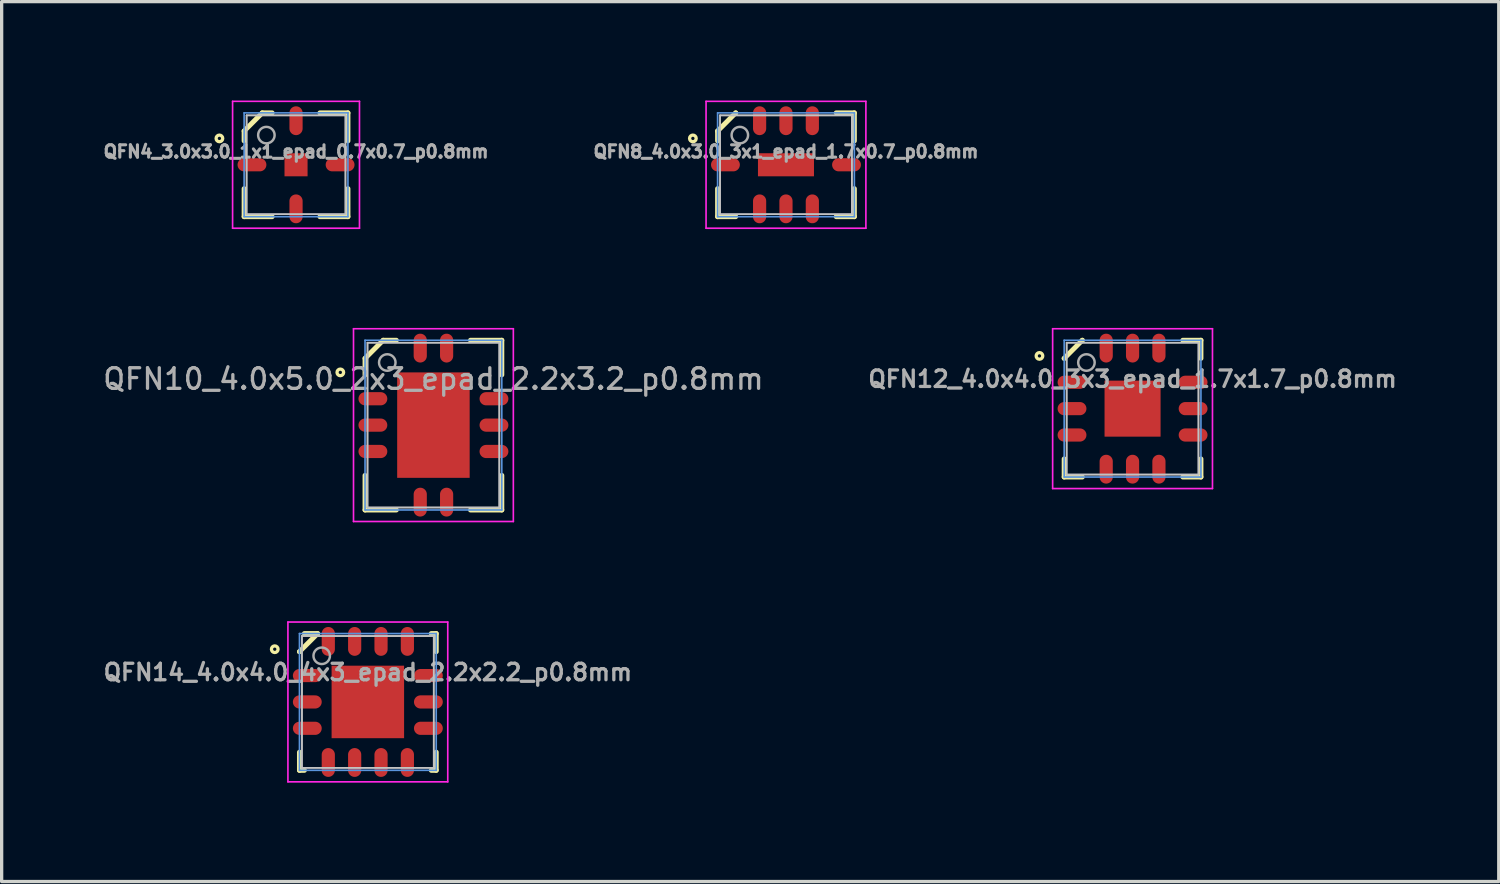
<source format=kicad_pcb>
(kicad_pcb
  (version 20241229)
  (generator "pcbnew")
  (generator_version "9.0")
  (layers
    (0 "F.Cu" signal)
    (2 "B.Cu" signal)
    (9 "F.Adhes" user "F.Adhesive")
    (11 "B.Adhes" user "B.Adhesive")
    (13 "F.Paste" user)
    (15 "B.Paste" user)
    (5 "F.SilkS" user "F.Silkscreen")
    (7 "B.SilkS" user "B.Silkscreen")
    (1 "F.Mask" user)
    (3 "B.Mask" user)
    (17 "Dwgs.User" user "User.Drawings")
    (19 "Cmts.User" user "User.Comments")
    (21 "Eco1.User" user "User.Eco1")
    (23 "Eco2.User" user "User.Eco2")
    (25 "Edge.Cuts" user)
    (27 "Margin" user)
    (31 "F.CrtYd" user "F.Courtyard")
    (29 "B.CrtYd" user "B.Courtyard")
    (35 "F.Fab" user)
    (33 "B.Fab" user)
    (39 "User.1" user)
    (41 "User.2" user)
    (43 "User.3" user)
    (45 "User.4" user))
  (footprint "QFN14_4.0x4.0_4x3_epad_2.2x2.2_p0.8mm"
    (layer "F.Cu")
    (at 8.112 18.25)
    (property "Reference" "QFN14_4.0x4.0_4x3_epad_2.2x2.2_p0.8mm" (at 0 -0.9 0) (layer "F.Fab") (effects (font (size 0.5 0.5) (thickness 0.1))))
    (attr through_hole)
    (fp_line (start -2.075 -1.525) (end -2.075 -1.525) (stroke (width 0.15) (type solid)) (layer "F.SilkS"))
    (fp_line (start -2.075 -1.525) (end -1.525 -2.075) (stroke (width 0.15) (type solid)) (layer "F.SilkS"))
    (fp_line (start -2.075 2.075) (end -2.075 1.525) (stroke (width 0.15) (type solid)) (layer "F.SilkS"))
    (fp_line (start -2.075 2.075) (end -1.925 2.075) (stroke (width 0.15) (type solid)) (layer "F.SilkS"))
    (fp_line (start -1.925 -2.075) (end -1.525 -2.075) (stroke (width 0.15) (type solid)) (layer "F.SilkS"))
    (fp_line (start 2.075 -2.075) (end 1.925 -2.075) (stroke (width 0.15) (type solid)) (layer "F.SilkS"))
    (fp_line (start 2.075 -2.075) (end 2.075 -1.525) (stroke (width 0.15) (type solid)) (layer "F.SilkS"))
    (fp_line (start 2.075 2.075) (end 1.925 2.075) (stroke (width 0.15) (type solid)) (layer "F.SilkS"))
    (fp_line (start 2.075 2.075) (end 2.075 1.525) (stroke (width 0.15) (type solid)) (layer "F.SilkS"))
    (fp_circle (center -2.825 -1.6) (end -2.754 -1.529) (stroke (width 0.1) (type solid)) (fill no) (layer "F.SilkS"))
    (fp_line (start -2 -2) (end -2 2) (stroke (width 0.05) (type solid)) (layer "Dwgs.User"))
    (fp_line (start -2 -2) (end 2 -2) (stroke (width 0.05) (type solid)) (layer "Dwgs.User"))
    (fp_line (start -2 2) (end 2 2) (stroke (width 0.05) (type solid)) (layer "Dwgs.User"))
    (fp_line (start 2 -2) (end 2 2) (stroke (width 0.05) (type solid)) (layer "Dwgs.User"))
    (fp_line (start -2.075 -2.075) (end -2.075 2.075) (stroke (width 0.05) (type solid)) (layer "Cmts.User"))
    (fp_line (start -2.075 -2.075) (end 2.075 -2.075) (stroke (width 0.05) (type solid)) (layer "Cmts.User"))
    (fp_line (start -2.075 2.075) (end 2.075 2.075) (stroke (width 0.05) (type solid)) (layer "Cmts.User"))
    (fp_line (start 2.075 -2.075) (end 2.075 2.075) (stroke (width 0.05) (type solid)) (layer "Cmts.User"))
    (fp_line (start -1.925 -1.925) (end -1.925 1.925) (stroke (width 0.05) (type solid)) (layer "Eco1.User"))
    (fp_line (start -1.925 -1.925) (end 1.925 -1.925) (stroke (width 0.05) (type solid)) (layer "Eco1.User"))
    (fp_line (start -1.925 1.925) (end 1.925 1.925) (stroke (width 0.05) (type solid)) (layer "Eco1.User"))
    (fp_line (start 1.925 -1.925) (end 1.925 1.925) (stroke (width 0.05) (type solid)) (layer "Eco1.User"))
    (fp_line (start -2.425 -2.425) (end -2.425 2.425) (stroke (width 0.05) (type solid)) (layer "F.CrtYd"))
    (fp_line (start -2.425 -2.425) (end 2.425 -2.425) (stroke (width 0.05) (type solid)) (layer "F.CrtYd"))
    (fp_line (start -2.425 2.425) (end 2.425 2.425) (stroke (width 0.05) (type solid)) (layer "F.CrtYd"))
    (fp_line (start 2.425 -2.425) (end 2.425 2.425) (stroke (width 0.05) (type solid)) (layer "F.CrtYd"))
    (fp_line (start -2 -2) (end -2 2) (stroke (width 0.05) (type solid)) (layer "F.Fab"))
    (fp_line (start -2 -2) (end 2 -2) (stroke (width 0.05) (type solid)) (layer "F.Fab"))
    (fp_line (start -2 2) (end 2 2) (stroke (width 0.05) (type solid)) (layer "F.Fab"))
    (fp_line (start 2 -2) (end 2 2) (stroke (width 0.05) (type solid)) (layer "F.Fab"))
    (fp_circle (center -1.4 -1.4) (end -1.223 -1.223) (stroke (width 0.075) (type solid)) (fill no) (layer "F.Fab"))
    (pad "1" smd oval (at -1.837 -0.8 180) (size 0.875 0.4) (layers "F.Cu" "F.Mask" "F.Paste"))
    (pad "2" smd oval (at -1.837 0 180) (size 0.875 0.4) (layers "F.Cu" "F.Mask" "F.Paste"))
    (pad "3" smd oval (at -1.837 0.8 180) (size 0.875 0.4) (layers "F.Cu" "F.Mask" "F.Paste"))
    (pad "4" smd oval (at -1.2 1.837 270) (size 0.875 0.4) (layers "F.Cu" "F.Mask" "F.Paste"))
    (pad "5" smd oval (at -0.4 1.837 270) (size 0.875 0.4) (layers "F.Cu" "F.Mask" "F.Paste"))
    (pad "6" smd oval (at 0.4 1.837 270) (size 0.875 0.4) (layers "F.Cu" "F.Mask" "F.Paste"))
    (pad "7" smd oval (at 1.2 1.837 270) (size 0.875 0.4) (layers "F.Cu" "F.Mask" "F.Paste"))
    (pad "8" smd oval (at 1.837 0.8) (size 0.875 0.4) (layers "F.Cu" "F.Mask" "F.Paste"))
    (pad "9" smd oval (at 1.837 0) (size 0.875 0.4) (layers "F.Cu" "F.Mask" "F.Paste"))
    (pad "10" smd oval (at 1.837 -0.8) (size 0.875 0.4) (layers "F.Cu" "F.Mask" "F.Paste"))
    (pad "11" smd oval (at 1.2 -1.837 90) (size 0.875 0.4) (layers "F.Cu" "F.Mask" "F.Paste"))
    (pad "12" smd oval (at 0.4 -1.837 90) (size 0.875 0.4) (layers "F.Cu" "F.Mask" "F.Paste"))
    (pad "13" smd oval (at -0.4 -1.837 90) (size 0.875 0.4) (layers "F.Cu" "F.Mask" "F.Paste"))
    (pad "14" smd oval (at -1.2 -1.837 90) (size 0.875 0.4) (layers "F.Cu" "F.Mask" "F.Paste"))
    (pad "15" smd rect (at 0 0) (size 2.2 2.2) (layers "F.Cu" "F.Mask" "F.Paste")))
  (footprint "QFN8_4.0x3.0_3x1_epad_1.7x0.7_p0.8mm"
    (layer "F.Cu")
    (at 20.8 1.95)
    (property "Reference" "QFN8_4.0x3.0_3x1_epad_1.7x0.7_p0.8mm" (at 0 -0.4 0) (layer "F.Fab") (effects (font (size 0.375 0.375) (thickness 0.1))))
    (attr through_hole)
    (fp_line (start -2.075 -1.025) (end -2.075 -0.725) (stroke (width 0.15) (type solid)) (layer "F.SilkS"))
    (fp_line (start -2.075 -1.025) (end -1.525 -1.575) (stroke (width 0.15) (type solid)) (layer "F.SilkS"))
    (fp_line (start -2.075 1.575) (end -2.075 0.725) (stroke (width 0.15) (type solid)) (layer "F.SilkS"))
    (fp_line (start -2.075 1.575) (end -1.525 1.575) (stroke (width 0.15) (type solid)) (layer "F.SilkS"))
    (fp_line (start -1.525 -1.575) (end -1.525 -1.575) (stroke (width 0.15) (type solid)) (layer "F.SilkS"))
    (fp_line (start 2.075 -1.575) (end 1.525 -1.575) (stroke (width 0.15) (type solid)) (layer "F.SilkS"))
    (fp_line (start 2.075 -1.575) (end 2.075 -0.725) (stroke (width 0.15) (type solid)) (layer "F.SilkS"))
    (fp_line (start 2.075 1.575) (end 1.525 1.575) (stroke (width 0.15) (type solid)) (layer "F.SilkS"))
    (fp_line (start 2.075 1.575) (end 2.075 0.725) (stroke (width 0.15) (type solid)) (layer "F.SilkS"))
    (fp_circle (center -2.825 -0.8) (end -2.754 -0.729) (stroke (width 0.1) (type solid)) (fill no) (layer "F.SilkS"))
    (fp_line (start -2 -1.5) (end -2 1.5) (stroke (width 0.05) (type solid)) (layer "Dwgs.User"))
    (fp_line (start -2 -1.5) (end 2 -1.5) (stroke (width 0.05) (type solid)) (layer "Dwgs.User"))
    (fp_line (start -2 1.5) (end 2 1.5) (stroke (width 0.05) (type solid)) (layer "Dwgs.User"))
    (fp_line (start 2 -1.5) (end 2 1.5) (stroke (width 0.05) (type solid)) (layer "Dwgs.User"))
    (fp_line (start -2.075 -1.575) (end -2.075 1.575) (stroke (width 0.05) (type solid)) (layer "Cmts.User"))
    (fp_line (start -2.075 -1.575) (end 2.075 -1.575) (stroke (width 0.05) (type solid)) (layer "Cmts.User"))
    (fp_line (start -2.075 1.575) (end 2.075 1.575) (stroke (width 0.05) (type solid)) (layer "Cmts.User"))
    (fp_line (start 2.075 -1.575) (end 2.075 1.575) (stroke (width 0.05) (type solid)) (layer "Cmts.User"))
    (fp_line (start -1.925 -1.425) (end -1.925 1.425) (stroke (width 0.05) (type solid)) (layer "Eco1.User"))
    (fp_line (start -1.925 -1.425) (end 1.925 -1.425) (stroke (width 0.05) (type solid)) (layer "Eco1.User"))
    (fp_line (start -1.925 1.425) (end 1.925 1.425) (stroke (width 0.05) (type solid)) (layer "Eco1.User"))
    (fp_line (start 1.925 -1.425) (end 1.925 1.425) (stroke (width 0.05) (type solid)) (layer "Eco1.User"))
    (fp_line (start -2.425 -1.925) (end -2.425 1.925) (stroke (width 0.05) (type solid)) (layer "F.CrtYd"))
    (fp_line (start -2.425 -1.925) (end 2.425 -1.925) (stroke (width 0.05) (type solid)) (layer "F.CrtYd"))
    (fp_line (start -2.425 1.925) (end 2.425 1.925) (stroke (width 0.05) (type solid)) (layer "F.CrtYd"))
    (fp_line (start 2.425 -1.925) (end 2.425 1.925) (stroke (width 0.05) (type solid)) (layer "F.CrtYd"))
    (fp_line (start -2 -1.5) (end -2 1.5) (stroke (width 0.05) (type solid)) (layer "F.Fab"))
    (fp_line (start -2 -1.5) (end 2 -1.5) (stroke (width 0.05) (type solid)) (layer "F.Fab"))
    (fp_line (start -2 1.5) (end 2 1.5) (stroke (width 0.05) (type solid)) (layer "F.Fab"))
    (fp_line (start 2 -1.5) (end 2 1.5) (stroke (width 0.05) (type solid)) (layer "F.Fab"))
    (fp_circle (center -1.4 -0.9) (end -1.223 -0.723) (stroke (width 0.075) (type solid)) (fill no) (layer "F.Fab"))
    (pad "1" smd oval (at -1.837 0 180) (size 0.875 0.4) (layers "F.Cu" "F.Mask" "F.Paste"))
    (pad "2" smd oval (at -0.8 1.337 270) (size 0.875 0.4) (layers "F.Cu" "F.Mask" "F.Paste"))
    (pad "3" smd oval (at 0 1.337 270) (size 0.875 0.4) (layers "F.Cu" "F.Mask" "F.Paste"))
    (pad "4" smd oval (at 0.8 1.337 270) (size 0.875 0.4) (layers "F.Cu" "F.Mask" "F.Paste"))
    (pad "5" smd oval (at 1.837 0) (size 0.875 0.4) (layers "F.Cu" "F.Mask" "F.Paste"))
    (pad "6" smd oval (at 0.8 -1.337 90) (size 0.875 0.4) (layers "F.Cu" "F.Mask" "F.Paste"))
    (pad "7" smd oval (at 0 -1.337 90) (size 0.875 0.4) (layers "F.Cu" "F.Mask" "F.Paste"))
    (pad "8" smd oval (at -0.8 -1.337 90) (size 0.875 0.4) (layers "F.Cu" "F.Mask" "F.Paste"))
    (pad "9" smd rect (at 0 0) (size 1.7 0.7) (layers "F.Cu" "F.Mask" "F.Paste")))
  (footprint "QFN12_4.0x4.0_3x3_epad_1.7x1.7_p0.8mm"
    (layer "F.Cu")
    (at 31.317 9.35)
    (property "Reference" "QFN12_4.0x4.0_3x3_epad_1.7x1.7_p0.8mm" (at 0 -0.9 0) (layer "F.Fab") (effects (font (size 0.5 0.5) (thickness 0.1))))
    (attr through_hole)
    (fp_line (start -2.075 -1.525) (end -2.075 -1.525) (stroke (width 0.15) (type solid)) (layer "F.SilkS"))
    (fp_line (start -2.075 -1.525) (end -1.525 -2.075) (stroke (width 0.15) (type solid)) (layer "F.SilkS"))
    (fp_line (start -2.075 2.075) (end -2.075 1.525) (stroke (width 0.15) (type solid)) (layer "F.SilkS"))
    (fp_line (start -2.075 2.075) (end -1.525 2.075) (stroke (width 0.15) (type solid)) (layer "F.SilkS"))
    (fp_line (start -1.525 -2.075) (end -1.525 -2.075) (stroke (width 0.15) (type solid)) (layer "F.SilkS"))
    (fp_line (start 2.075 -2.075) (end 1.525 -2.075) (stroke (width 0.15) (type solid)) (layer "F.SilkS"))
    (fp_line (start 2.075 -2.075) (end 2.075 -1.525) (stroke (width 0.15) (type solid)) (layer "F.SilkS"))
    (fp_line (start 2.075 2.075) (end 1.525 2.075) (stroke (width 0.15) (type solid)) (layer "F.SilkS"))
    (fp_line (start 2.075 2.075) (end 2.075 1.525) (stroke (width 0.15) (type solid)) (layer "F.SilkS"))
    (fp_circle (center -2.825 -1.6) (end -2.754 -1.529) (stroke (width 0.1) (type solid)) (fill no) (layer "F.SilkS"))
    (fp_line (start -2 -2) (end -2 2) (stroke (width 0.05) (type solid)) (layer "Dwgs.User"))
    (fp_line (start -2 -2) (end 2 -2) (stroke (width 0.05) (type solid)) (layer "Dwgs.User"))
    (fp_line (start -2 2) (end 2 2) (stroke (width 0.05) (type solid)) (layer "Dwgs.User"))
    (fp_line (start 2 -2) (end 2 2) (stroke (width 0.05) (type solid)) (layer "Dwgs.User"))
    (fp_line (start -2.075 -2.075) (end -2.075 2.075) (stroke (width 0.05) (type solid)) (layer "Cmts.User"))
    (fp_line (start -2.075 -2.075) (end 2.075 -2.075) (stroke (width 0.05) (type solid)) (layer "Cmts.User"))
    (fp_line (start -2.075 2.075) (end 2.075 2.075) (stroke (width 0.05) (type solid)) (layer "Cmts.User"))
    (fp_line (start 2.075 -2.075) (end 2.075 2.075) (stroke (width 0.05) (type solid)) (layer "Cmts.User"))
    (fp_line (start -1.925 -1.925) (end -1.925 1.925) (stroke (width 0.05) (type solid)) (layer "Eco1.User"))
    (fp_line (start -1.925 -1.925) (end 1.925 -1.925) (stroke (width 0.05) (type solid)) (layer "Eco1.User"))
    (fp_line (start -1.925 1.925) (end 1.925 1.925) (stroke (width 0.05) (type solid)) (layer "Eco1.User"))
    (fp_line (start 1.925 -1.925) (end 1.925 1.925) (stroke (width 0.05) (type solid)) (layer "Eco1.User"))
    (fp_line (start -2.425 -2.425) (end -2.425 2.425) (stroke (width 0.05) (type solid)) (layer "F.CrtYd"))
    (fp_line (start -2.425 -2.425) (end 2.425 -2.425) (stroke (width 0.05) (type solid)) (layer "F.CrtYd"))
    (fp_line (start -2.425 2.425) (end 2.425 2.425) (stroke (width 0.05) (type solid)) (layer "F.CrtYd"))
    (fp_line (start 2.425 -2.425) (end 2.425 2.425) (stroke (width 0.05) (type solid)) (layer "F.CrtYd"))
    (fp_line (start -2 -2) (end -2 2) (stroke (width 0.05) (type solid)) (layer "F.Fab"))
    (fp_line (start -2 -2) (end 2 -2) (stroke (width 0.05) (type solid)) (layer "F.Fab"))
    (fp_line (start -2 2) (end 2 2) (stroke (width 0.05) (type solid)) (layer "F.Fab"))
    (fp_line (start 2 -2) (end 2 2) (stroke (width 0.05) (type solid)) (layer "F.Fab"))
    (fp_circle (center -1.4 -1.4) (end -1.223 -1.223) (stroke (width 0.075) (type solid)) (fill no) (layer "F.Fab"))
    (pad "1" smd oval (at -1.837 -0.8 180) (size 0.875 0.4) (layers "F.Cu" "F.Mask" "F.Paste"))
    (pad "2" smd oval (at -1.837 0 180) (size 0.875 0.4) (layers "F.Cu" "F.Mask" "F.Paste"))
    (pad "3" smd oval (at -1.837 0.8 180) (size 0.875 0.4) (layers "F.Cu" "F.Mask" "F.Paste"))
    (pad "4" smd oval (at -0.8 1.837 270) (size 0.875 0.4) (layers "F.Cu" "F.Mask" "F.Paste"))
    (pad "5" smd oval (at 0 1.837 270) (size 0.875 0.4) (layers "F.Cu" "F.Mask" "F.Paste"))
    (pad "6" smd oval (at 0.8 1.837 270) (size 0.875 0.4) (layers "F.Cu" "F.Mask" "F.Paste"))
    (pad "7" smd oval (at 1.837 0.8) (size 0.875 0.4) (layers "F.Cu" "F.Mask" "F.Paste"))
    (pad "8" smd oval (at 1.837 0) (size 0.875 0.4) (layers "F.Cu" "F.Mask" "F.Paste"))
    (pad "9" smd oval (at 1.837 -0.8) (size 0.875 0.4) (layers "F.Cu" "F.Mask" "F.Paste"))
    (pad "10" smd oval (at 0.8 -1.837 90) (size 0.875 0.4) (layers "F.Cu" "F.Mask" "F.Paste"))
    (pad "11" smd oval (at 0 -1.837 90) (size 0.875 0.4) (layers "F.Cu" "F.Mask" "F.Paste"))
    (pad "12" smd oval (at -0.8 -1.837 90) (size 0.875 0.4) (layers "F.Cu" "F.Mask" "F.Paste"))
    (pad "13" smd rect (at 0 0) (size 1.7 1.7) (layers "F.Cu" "F.Mask" "F.Paste")))
  (footprint "QFN10_4.0x5.0_2x3_epad_2.2x3.2_p0.8mm"
    (layer "F.Cu")
    (at 10.102 9.85)
    (property "Reference" "QFN10_4.0x5.0_2x3_epad_2.2x3.2_p0.8mm" (at 0 -1.4 0) (layer "F.Fab") (effects (font (size 0.625 0.625) (thickness 0.1))))
    (attr through_hole)
    (fp_line (start -2.075 -2.025) (end -2.075 -1.525) (stroke (width 0.15) (type solid)) (layer "F.SilkS"))
    (fp_line (start -2.075 -2.025) (end -1.525 -2.575) (stroke (width 0.15) (type solid)) (layer "F.SilkS"))
    (fp_line (start -2.075 2.575) (end -2.075 1.525) (stroke (width 0.15) (type solid)) (layer "F.SilkS"))
    (fp_line (start -2.075 2.575) (end -1.125 2.575) (stroke (width 0.15) (type solid)) (layer "F.SilkS"))
    (fp_line (start -1.125 -2.575) (end -1.525 -2.575) (stroke (width 0.15) (type solid)) (layer "F.SilkS"))
    (fp_line (start 2.075 -2.575) (end 1.125 -2.575) (stroke (width 0.15) (type solid)) (layer "F.SilkS"))
    (fp_line (start 2.075 -2.575) (end 2.075 -1.525) (stroke (width 0.15) (type solid)) (layer "F.SilkS"))
    (fp_line (start 2.075 2.575) (end 1.125 2.575) (stroke (width 0.15) (type solid)) (layer "F.SilkS"))
    (fp_line (start 2.075 2.575) (end 2.075 1.525) (stroke (width 0.15) (type solid)) (layer "F.SilkS"))
    (fp_circle (center -2.825 -1.6) (end -2.754 -1.529) (stroke (width 0.1) (type solid)) (fill no) (layer "F.SilkS"))
    (fp_line (start -2 -2.5) (end -2 2.5) (stroke (width 0.05) (type solid)) (layer "Dwgs.User"))
    (fp_line (start -2 -2.5) (end 2 -2.5) (stroke (width 0.05) (type solid)) (layer "Dwgs.User"))
    (fp_line (start -2 2.5) (end 2 2.5) (stroke (width 0.05) (type solid)) (layer "Dwgs.User"))
    (fp_line (start 2 -2.5) (end 2 2.5) (stroke (width 0.05) (type solid)) (layer "Dwgs.User"))
    (fp_line (start -2.075 -2.575) (end -2.075 2.575) (stroke (width 0.05) (type solid)) (layer "Cmts.User"))
    (fp_line (start -2.075 -2.575) (end 2.075 -2.575) (stroke (width 0.05) (type solid)) (layer "Cmts.User"))
    (fp_line (start -2.075 2.575) (end 2.075 2.575) (stroke (width 0.05) (type solid)) (layer "Cmts.User"))
    (fp_line (start 2.075 -2.575) (end 2.075 2.575) (stroke (width 0.05) (type solid)) (layer "Cmts.User"))
    (fp_line (start -1.925 -2.425) (end -1.925 2.425) (stroke (width 0.05) (type solid)) (layer "Eco1.User"))
    (fp_line (start -1.925 -2.425) (end 1.925 -2.425) (stroke (width 0.05) (type solid)) (layer "Eco1.User"))
    (fp_line (start -1.925 2.425) (end 1.925 2.425) (stroke (width 0.05) (type solid)) (layer "Eco1.User"))
    (fp_line (start 1.925 -2.425) (end 1.925 2.425) (stroke (width 0.05) (type solid)) (layer "Eco1.User"))
    (fp_line (start -2.425 -2.925) (end -2.425 2.925) (stroke (width 0.05) (type solid)) (layer "F.CrtYd"))
    (fp_line (start -2.425 -2.925) (end 2.425 -2.925) (stroke (width 0.05) (type solid)) (layer "F.CrtYd"))
    (fp_line (start -2.425 2.925) (end 2.425 2.925) (stroke (width 0.05) (type solid)) (layer "F.CrtYd"))
    (fp_line (start 2.425 -2.925) (end 2.425 2.925) (stroke (width 0.05) (type solid)) (layer "F.CrtYd"))
    (fp_line (start -2 -2.5) (end -2 2.5) (stroke (width 0.05) (type solid)) (layer "F.Fab"))
    (fp_line (start -2 -2.5) (end 2 -2.5) (stroke (width 0.05) (type solid)) (layer "F.Fab"))
    (fp_line (start -2 2.5) (end 2 2.5) (stroke (width 0.05) (type solid)) (layer "F.Fab"))
    (fp_line (start 2 -2.5) (end 2 2.5) (stroke (width 0.05) (type solid)) (layer "F.Fab"))
    (fp_circle (center -1.4 -1.9) (end -1.223 -1.723) (stroke (width 0.075) (type solid)) (fill no) (layer "F.Fab"))
    (pad "1" smd oval (at -1.837 -0.8 180) (size 0.875 0.4) (layers "F.Cu" "F.Mask" "F.Paste"))
    (pad "2" smd oval (at -1.837 0 180) (size 0.875 0.4) (layers "F.Cu" "F.Mask" "F.Paste"))
    (pad "3" smd oval (at -1.837 0.8 180) (size 0.875 0.4) (layers "F.Cu" "F.Mask" "F.Paste"))
    (pad "4" smd oval (at -0.4 2.337 270) (size 0.875 0.4) (layers "F.Cu" "F.Mask" "F.Paste"))
    (pad "5" smd oval (at 0.4 2.337 270) (size 0.875 0.4) (layers "F.Cu" "F.Mask" "F.Paste"))
    (pad "6" smd oval (at 1.837 0.8) (size 0.875 0.4) (layers "F.Cu" "F.Mask" "F.Paste"))
    (pad "7" smd oval (at 1.837 0) (size 0.875 0.4) (layers "F.Cu" "F.Mask" "F.Paste"))
    (pad "8" smd oval (at 1.837 -0.8) (size 0.875 0.4) (layers "F.Cu" "F.Mask" "F.Paste"))
    (pad "9" smd oval (at 0.4 -2.337 90) (size 0.875 0.4) (layers "F.Cu" "F.Mask" "F.Paste"))
    (pad "10" smd oval (at -0.4 -2.337 90) (size 0.875 0.4) (layers "F.Cu" "F.Mask" "F.Paste"))
    (pad "11" smd rect (at 0 0) (size 2.2 3.2) (layers "F.Cu" "F.Mask" "F.Paste")))
  (footprint "QFN4_3.0x3.0_1x1_epad_0.7x0.7_p0.8mm"
    (layer "F.Cu")
    (at 5.933 1.95)
    (property "Reference" "QFN4_3.0x3.0_1x1_epad_0.7x0.7_p0.8mm" (at 0 -0.4 0) (layer "F.Fab") (effects (font (size 0.375 0.375) (thickness 0.1))))
    (attr through_hole)
    (fp_line (start -1.575 -1.025) (end -1.575 -0.725) (stroke (width 0.15) (type solid)) (layer "F.SilkS"))
    (fp_line (start -1.575 -1.025) (end -1.025 -1.575) (stroke (width 0.15) (type solid)) (layer "F.SilkS"))
    (fp_line (start -1.575 1.575) (end -1.575 0.725) (stroke (width 0.15) (type solid)) (layer "F.SilkS"))
    (fp_line (start -1.575 1.575) (end -0.725 1.575) (stroke (width 0.15) (type solid)) (layer "F.SilkS"))
    (fp_line (start -0.725 -1.575) (end -1.025 -1.575) (stroke (width 0.15) (type solid)) (layer "F.SilkS"))
    (fp_line (start 1.575 -1.575) (end 0.725 -1.575) (stroke (width 0.15) (type solid)) (layer "F.SilkS"))
    (fp_line (start 1.575 -1.575) (end 1.575 -0.725) (stroke (width 0.15) (type solid)) (layer "F.SilkS"))
    (fp_line (start 1.575 1.575) (end 0.725 1.575) (stroke (width 0.15) (type solid)) (layer "F.SilkS"))
    (fp_line (start 1.575 1.575) (end 1.575 0.725) (stroke (width 0.15) (type solid)) (layer "F.SilkS"))
    (fp_circle (center -2.325 -0.8) (end -2.254 -0.729) (stroke (width 0.1) (type solid)) (fill no) (layer "F.SilkS"))
    (fp_line (start -1.5 -1.5) (end -1.5 1.5) (stroke (width 0.05) (type solid)) (layer "Dwgs.User"))
    (fp_line (start -1.5 -1.5) (end 1.5 -1.5) (stroke (width 0.05) (type solid)) (layer "Dwgs.User"))
    (fp_line (start -1.5 1.5) (end 1.5 1.5) (stroke (width 0.05) (type solid)) (layer "Dwgs.User"))
    (fp_line (start 1.5 -1.5) (end 1.5 1.5) (stroke (width 0.05) (type solid)) (layer "Dwgs.User"))
    (fp_line (start -1.575 -1.575) (end -1.575 1.575) (stroke (width 0.05) (type solid)) (layer "Cmts.User"))
    (fp_line (start -1.575 -1.575) (end 1.575 -1.575) (stroke (width 0.05) (type solid)) (layer "Cmts.User"))
    (fp_line (start -1.575 1.575) (end 1.575 1.575) (stroke (width 0.05) (type solid)) (layer "Cmts.User"))
    (fp_line (start 1.575 -1.575) (end 1.575 1.575) (stroke (width 0.05) (type solid)) (layer "Cmts.User"))
    (fp_line (start -1.425 -1.425) (end -1.425 1.425) (stroke (width 0.05) (type solid)) (layer "Eco1.User"))
    (fp_line (start -1.425 -1.425) (end 1.425 -1.425) (stroke (width 0.05) (type solid)) (layer "Eco1.User"))
    (fp_line (start -1.425 1.425) (end 1.425 1.425) (stroke (width 0.05) (type solid)) (layer "Eco1.User"))
    (fp_line (start 1.425 -1.425) (end 1.425 1.425) (stroke (width 0.05) (type solid)) (layer "Eco1.User"))
    (fp_line (start -1.925 -1.925) (end -1.925 1.925) (stroke (width 0.05) (type solid)) (layer "F.CrtYd"))
    (fp_line (start -1.925 -1.925) (end 1.925 -1.925) (stroke (width 0.05) (type solid)) (layer "F.CrtYd"))
    (fp_line (start -1.925 1.925) (end 1.925 1.925) (stroke (width 0.05) (type solid)) (layer "F.CrtYd"))
    (fp_line (start 1.925 -1.925) (end 1.925 1.925) (stroke (width 0.05) (type solid)) (layer "F.CrtYd"))
    (fp_line (start -1.5 -1.5) (end -1.5 1.5) (stroke (width 0.05) (type solid)) (layer "F.Fab"))
    (fp_line (start -1.5 -1.5) (end 1.5 -1.5) (stroke (width 0.05) (type solid)) (layer "F.Fab"))
    (fp_line (start -1.5 1.5) (end 1.5 1.5) (stroke (width 0.05) (type solid)) (layer "F.Fab"))
    (fp_line (start 1.5 -1.5) (end 1.5 1.5) (stroke (width 0.05) (type solid)) (layer "F.Fab"))
    (fp_circle (center -0.9 -0.9) (end -0.723 -0.723) (stroke (width 0.075) (type solid)) (fill no) (layer "F.Fab"))
    (pad "1" smd oval (at -1.337 0 180) (size 0.875 0.4) (layers "F.Cu" "F.Mask" "F.Paste"))
    (pad "2" smd oval (at 0 1.337 270) (size 0.875 0.4) (layers "F.Cu" "F.Mask" "F.Paste"))
    (pad "3" smd oval (at 1.337 0) (size 0.875 0.4) (layers "F.Cu" "F.Mask" "F.Paste"))
    (pad "4" smd oval (at 0 -1.337 90) (size 0.875 0.4) (layers "F.Cu" "F.Mask" "F.Paste"))
    (pad "5" smd rect (at 0 0) (size 0.7 0.7) (layers "F.Cu" "F.Mask" "F.Paste")))
  (gr_rect
    (start -3 -3)
    (end 42.429 23.7)
    (stroke (width 0.1) (type default))
    (fill no)
    (layer "Edge.Cuts")))
</source>
